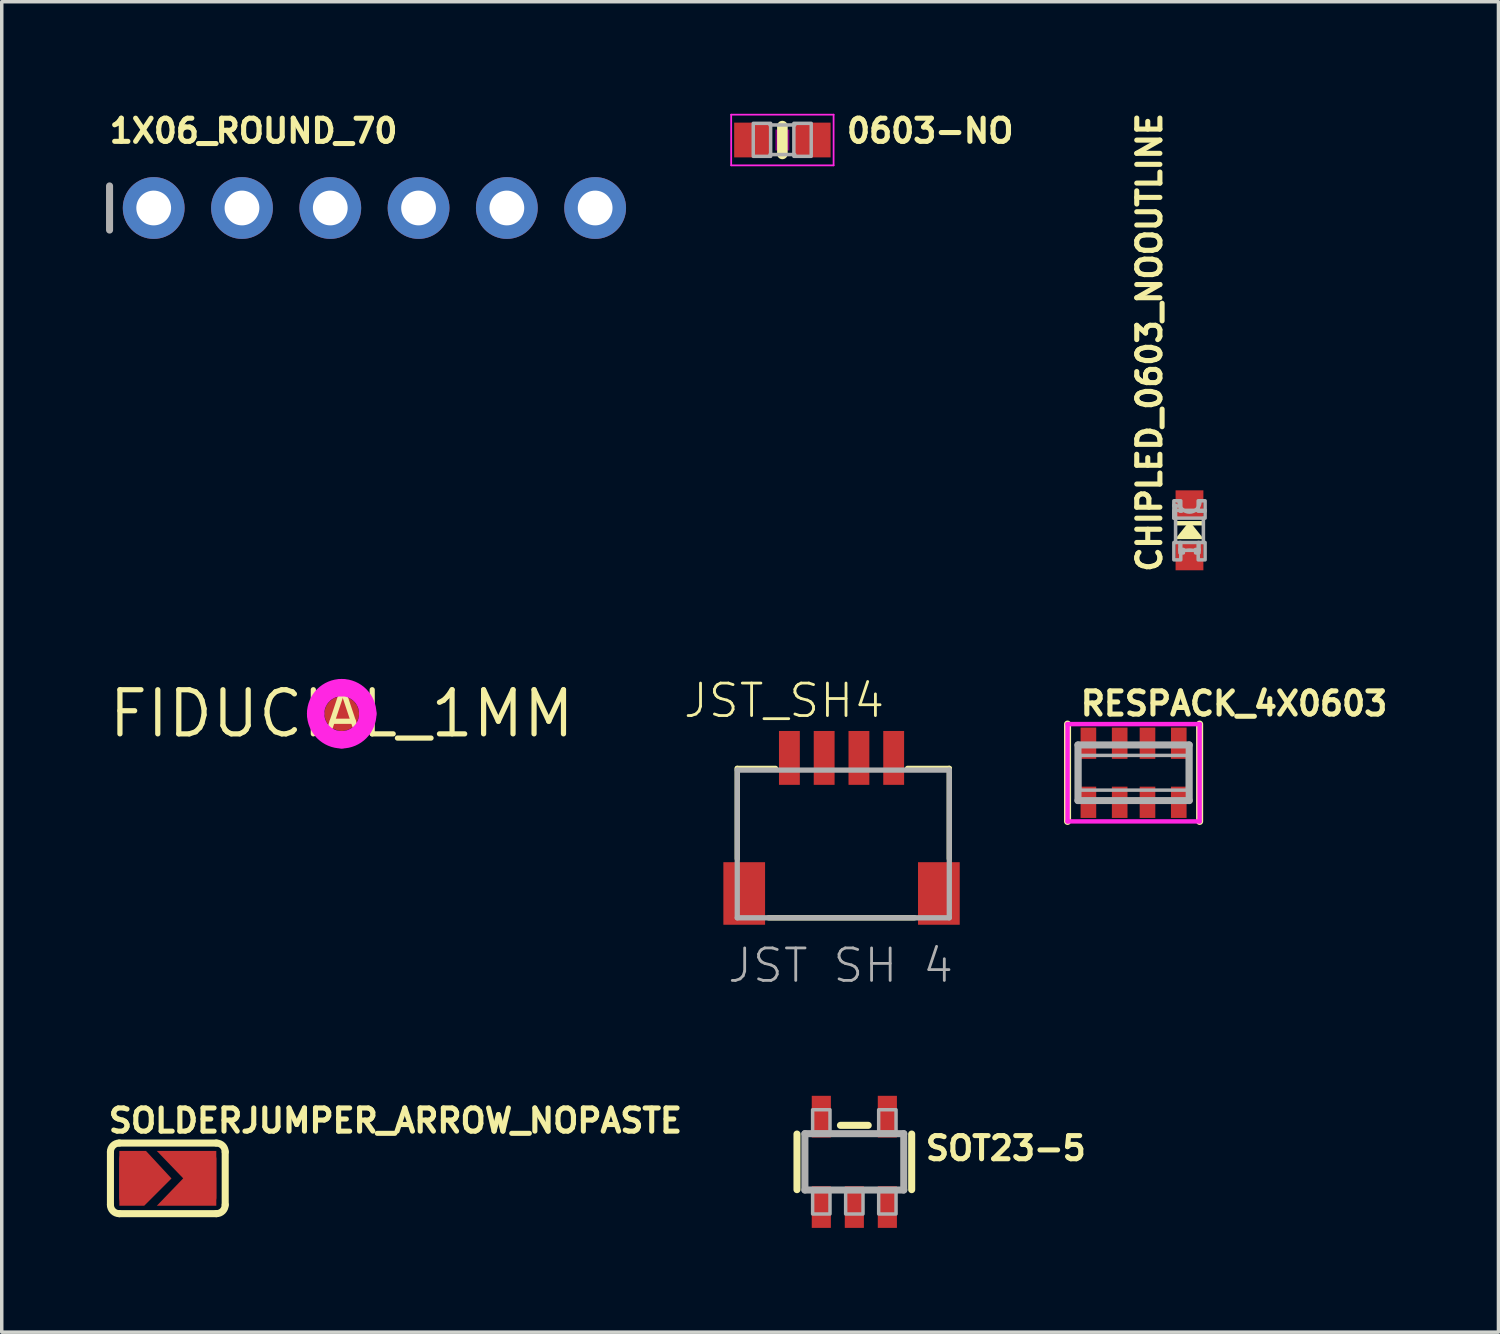
<source format=kicad_pcb>
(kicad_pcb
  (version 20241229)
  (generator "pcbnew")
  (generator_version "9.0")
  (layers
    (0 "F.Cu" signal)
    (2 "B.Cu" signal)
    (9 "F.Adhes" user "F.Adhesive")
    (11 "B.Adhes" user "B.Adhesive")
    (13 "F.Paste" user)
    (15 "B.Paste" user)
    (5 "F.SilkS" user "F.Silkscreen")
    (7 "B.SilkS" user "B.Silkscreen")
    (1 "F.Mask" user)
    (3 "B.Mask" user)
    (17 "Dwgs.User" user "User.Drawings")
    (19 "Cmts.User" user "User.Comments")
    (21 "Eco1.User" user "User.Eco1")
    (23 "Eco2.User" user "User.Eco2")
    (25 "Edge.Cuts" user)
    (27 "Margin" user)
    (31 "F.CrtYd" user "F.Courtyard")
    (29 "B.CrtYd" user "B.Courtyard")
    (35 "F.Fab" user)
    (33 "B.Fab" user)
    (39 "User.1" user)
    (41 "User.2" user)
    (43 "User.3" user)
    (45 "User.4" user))
  (footprint "FIDUCIAL_1MM"
    (layer "F.Cu")
    (at 6.781 17.483)
    (property "Reference" "FIDUCIAL_1MM" (at 0 0 0) (layer "F.SilkS") (effects (font (size 1.27 1.27) (thickness 0.15))))
    (fp_arc (start -0.75 0) (mid -0.53033 -0.53033) (end 0 -0.75) (stroke (width 0.5) (type solid)) (layer "F.Mask"))
    (fp_arc (start 0 -0.75) (mid 0.53033 -0.53033) (end 0.75 0) (stroke (width 0.5) (type solid)) (layer "F.Mask"))
    (fp_arc (start 0 0.75) (mid -0.53033 0.53033) (end -0.75 0) (stroke (width 0.5) (type solid)) (layer "F.Mask"))
    (fp_arc (start 0.75 0) (mid 0.53033 0.53033) (end 0 0.75) (stroke (width 0.5) (type solid)) (layer "F.Mask"))
    (fp_arc (start -0.75 0) (mid -0.53033 -0.53033) (end 0 -0.75) (stroke (width 0.5) (type solid)) (layer "F.CrtYd"))
    (fp_arc (start 0 -0.75) (mid 0.53033 -0.53033) (end 0.75 0) (stroke (width 0.5) (type solid)) (layer "F.CrtYd"))
    (fp_arc (start 0 0.75) (mid -0.53033 0.53033) (end -0.75 0) (stroke (width 0.5) (type solid)) (layer "F.CrtYd"))
    (fp_arc (start 0.75 0) (mid 0.53033 0.53033) (end 0 0.75) (stroke (width 0.5) (type solid)) (layer "F.CrtYd"))
    (pad "1" smd roundrect (at 0 0) (size 1 1) (layers "F.Cu" "F.Mask") (roundrect_rratio 0.5)))
  (footprint "SOT23-5"
    (layer "F.Cu")
    (at 21.529 30.376)
    (property "Reference" "SOT23-5" (at 1.978 0 0) (layer "F.SilkS") (effects (font (size 0.666 0.666) (thickness 0.146)) (justify left bottom)))
    (fp_line (start -1.65 -0.8) (end -1.65 0.8) (stroke (width 0.203) (type solid)) (layer "F.SilkS"))
    (fp_line (start -0.4 -1.05) (end 0.4 -1.05) (stroke (width 0.203) (type solid)) (layer "F.SilkS"))
    (fp_line (start 1.65 -0.8) (end 1.65 0.8) (stroke (width 0.203) (type solid)) (layer "F.SilkS"))
    (fp_line (start -1.422 -0.81) (end 1.422 -0.81) (stroke (width 0.203) (type solid)) (layer "F.Fab"))
    (fp_line (start -1.422 0.81) (end -1.422 -0.81) (stroke (width 0.203) (type solid)) (layer "F.Fab"))
    (fp_line (start 1.422 -0.81) (end 1.422 0.81) (stroke (width 0.203) (type solid)) (layer "F.Fab"))
    (fp_line (start 1.422 0.81) (end -1.422 0.81) (stroke (width 0.203) (type solid)) (layer "F.Fab"))
    (fp_poly (pts (xy -1.2 -0.85) (xy -0.7 -0.85) (xy -0.7 -1.5) (xy -1.2 -1.5)) (stroke (width 0.1) (type solid)) (fill no) (layer "F.Fab"))
    (fp_poly (pts (xy -1.2 1.5) (xy -0.7 1.5) (xy -0.7 0.85) (xy -1.2 0.85)) (stroke (width 0.1) (type solid)) (fill no) (layer "F.Fab"))
    (fp_poly (pts (xy -0.25 1.5) (xy 0.25 1.5) (xy 0.25 0.85) (xy -0.25 0.85)) (stroke (width 0.1) (type solid)) (fill no) (layer "F.Fab"))
    (fp_poly (pts (xy 0.7 -0.85) (xy 1.2 -0.85) (xy 1.2 -1.5) (xy 0.7 -1.5)) (stroke (width 0.1) (type solid)) (fill no) (layer "F.Fab"))
    (fp_poly (pts (xy 0.7 1.5) (xy 1.2 1.5) (xy 1.2 0.85) (xy 0.7 0.85)) (stroke (width 0.1) (type solid)) (fill no) (layer "F.Fab"))
    (pad "1" smd rect (at -0.95 1.3) (size 0.55 1.2) (layers "F.Cu" "F.Mask" "F.Paste"))
    (pad "2" smd rect (at 0 1.3) (size 0.55 1.2) (layers "F.Cu" "F.Mask" "F.Paste"))
    (pad "3" smd rect (at 0.95 1.3) (size 0.55 1.2) (layers "F.Cu" "F.Mask" "F.Paste"))
    (pad "4" smd rect (at 0.95 -1.3) (size 0.55 1.2) (layers "F.Cu" "F.Mask" "F.Paste"))
    (pad "5" smd rect (at -0.95 -1.3) (size 0.55 1.2) (layers "F.Cu" "F.Mask" "F.Paste")))
  (footprint "1X06_ROUND_70"
    (layer "F.Cu")
    (at 7.722 2.934)
    (property "Reference" "1X06_ROUND_70" (at -7.696 -1.829 0) (layer "F.SilkS") (effects (font (size 0.666 0.666) (thickness 0.146)) (justify left bottom)))
    (fp_line (start -7.62 -0.635) (end -7.62 0.635) (stroke (width 0.203) (type solid)) (layer "F.Fab"))
    (fp_poly (pts (xy -6.604 0.254) (xy -6.096 0.254) (xy -6.096 -0.254) (xy -6.604 -0.254)) (stroke (width 0.1) (type solid)) (fill no) (layer "F.Fab"))
    (fp_poly (pts (xy -4.064 0.254) (xy -3.556 0.254) (xy -3.556 -0.254) (xy -4.064 -0.254)) (stroke (width 0.1) (type solid)) (fill no) (layer "F.Fab"))
    (fp_poly (pts (xy -1.524 0.254) (xy -1.016 0.254) (xy -1.016 -0.254) (xy -1.524 -0.254)) (stroke (width 0.1) (type solid)) (fill no) (layer "F.Fab"))
    (fp_poly (pts (xy 1.016 0.254) (xy 1.524 0.254) (xy 1.524 -0.254) (xy 1.016 -0.254)) (stroke (width 0.1) (type solid)) (fill no) (layer "F.Fab"))
    (fp_poly (pts (xy 3.556 0.254) (xy 4.064 0.254) (xy 4.064 -0.254) (xy 3.556 -0.254)) (stroke (width 0.1) (type solid)) (fill no) (layer "F.Fab"))
    (fp_poly (pts (xy 6.096 0.254) (xy 6.604 0.254) (xy 6.604 -0.254) (xy 6.096 -0.254)) (stroke (width 0.1) (type solid)) (fill no) (layer "F.Fab"))
    (pad "1" thru_hole circle (at -6.35 0 90) (size 1.778 1.778) (drill 1) (layers "*.Cu" "*.Mask"))
    (pad "2" thru_hole circle (at -3.81 0 90) (size 1.778 1.778) (drill 1) (layers "*.Cu" "*.Mask"))
    (pad "3" thru_hole circle (at -1.27 0 90) (size 1.778 1.778) (drill 1) (layers "*.Cu" "*.Mask"))
    (pad "4" thru_hole circle (at 1.27 0 90) (size 1.778 1.778) (drill 1) (layers "*.Cu" "*.Mask"))
    (pad "5" thru_hole circle (at 3.81 0 90) (size 1.778 1.778) (drill 1) (layers "*.Cu" "*.Mask"))
    (pad "6" thru_hole circle (at 6.35 0 90) (size 1.778 1.778) (drill 1) (layers "*.Cu" "*.Mask")))
  (footprint "0603-NO"
    (layer "F.Cu")
    (at 19.459 0.978)
    (property "Reference" "0603-NO" (at 1.778 0.127 0) (layer "F.SilkS") (effects (font (size 0.666 0.666) (thickness 0.146)) (justify left bottom)))
    (fp_line (start 0 -0.4) (end 0 0.4) (stroke (width 0.305) (type solid)) (layer "F.SilkS"))
    (fp_poly (pts (xy -0.2 0.3) (xy 0.2 0.3) (xy 0.2 -0.3) (xy -0.2 -0.3)) (stroke (width 0) (type solid)) (fill yes) (layer "F.Adhes"))
    (fp_line (start -1.473 -0.729) (end 1.473 -0.729) (stroke (width 0.051) (type solid)) (layer "F.CrtYd"))
    (fp_line (start -1.473 0.729) (end -1.473 -0.729) (stroke (width 0.051) (type solid)) (layer "F.CrtYd"))
    (fp_line (start 1.473 -0.729) (end 1.473 0.729) (stroke (width 0.051) (type solid)) (layer "F.CrtYd"))
    (fp_line (start 1.473 0.729) (end -1.473 0.729) (stroke (width 0.051) (type solid)) (layer "F.CrtYd"))
    (fp_line (start -0.356 -0.432) (end 0.356 -0.432) (stroke (width 0.102) (type solid)) (layer "F.Fab"))
    (fp_line (start -0.356 0.419) (end 0.356 0.419) (stroke (width 0.102) (type solid)) (layer "F.Fab"))
    (fp_poly (pts (xy -0.838 0.47) (xy -0.338 0.47) (xy -0.338 -0.48) (xy -0.838 -0.48)) (stroke (width 0.1) (type solid)) (fill no) (layer "F.Fab"))
    (fp_poly (pts (xy 0.33 0.47) (xy 0.83 0.47) (xy 0.83 -0.48) (xy 0.33 -0.48)) (stroke (width 0.1) (type solid)) (fill no) (layer "F.Fab"))
    (pad "1" smd rect (at -0.85 0) (size 1.075 1) (layers "F.Cu" "F.Mask" "F.Paste"))
    (pad "2" smd rect (at 0.85 0) (size 1.075 1) (layers "F.Cu" "F.Mask" "F.Paste")))
  (footprint "SOLDERJUMPER_ARROW_NOPASTE"
    (layer "F.Cu")
    (at 1.778 30.851)
    (property "Reference" "SOLDERJUMPER_ARROW_NOPASTE" (at -1.778 -1.27 0) (layer "F.SilkS") (effects (font (size 0.666 0.666) (thickness 0.146)) (justify left bottom)))
    (fp_poly (pts (xy 0.106 0.003) (xy -0.679 0.788) (xy -1.395 0.788) (xy -1.395 -0.788) (xy -0.627 -0.788)) (stroke (width 0) (type solid)) (fill yes) (layer "F.Cu"))
    (fp_poly (pts (xy 1.395 0.788) (xy -0.316 0.788) (xy 0.443 0) (xy -0.316 -0.788) (xy 1.395 -0.788)) (stroke (width 0) (type solid)) (fill yes) (layer "F.Cu"))
    (fp_poly (pts (xy -1.46 0.826) (xy 1.46 0.826) (xy 1.46 -0.826) (xy -1.46 -0.826)) (stroke (width 0) (type solid)) (fill yes) (layer "F.Mask"))
    (fp_line (start -1.651 0.762) (end -1.651 -0.762) (stroke (width 0.203) (type solid)) (layer "F.SilkS"))
    (fp_line (start -1.397 -1.016) (end 1.397 -1.016) (stroke (width 0.203) (type solid)) (layer "F.SilkS"))
    (fp_line (start 1.397 1.016) (end -1.397 1.016) (stroke (width 0.203) (type solid)) (layer "F.SilkS"))
    (fp_line (start 1.651 0.762) (end 1.651 -0.762) (stroke (width 0.203) (type solid)) (layer "F.SilkS"))
    (fp_arc (start -1.651 -0.762) (mid -1.576605 -0.941605) (end -1.397 -1.016) (stroke (width 0.2032) (type solid)) (layer "F.SilkS"))
    (fp_arc (start -1.397 1.016) (mid -1.576605 0.941605) (end -1.651 0.762) (stroke (width 0.2032) (type solid)) (layer "F.SilkS"))
    (fp_arc (start 1.397 -1.016) (mid 1.576605 -0.941605) (end 1.651 -0.762) (stroke (width 0.2032) (type solid)) (layer "F.SilkS"))
    (fp_arc (start 1.651 0.762) (mid 1.576605 0.941605) (end 1.397 1.016) (stroke (width 0.2032) (type solid)) (layer "F.SilkS"))
    (pad "1" smd roundrect (at -1.016 0) (size 0.762 1.524) (layers "F.Cu") (roundrect_rratio 0.25))
    (pad "2" smd roundrect (at 1.016 0) (size 0.762 1.524) (layers "F.Cu") (roundrect_rratio 0.25)))
  (footprint "RESPACK_4X0603"
    (layer "F.Cu")
    (at 29.563 19.182)
    (property "Reference" "RESPACK_4X0603" (at -1.6 -1.6 0) (layer "F.SilkS") (effects (font (size 0.666 0.666) (thickness 0.146)) (justify left bottom)))
    (fp_line (start -1.9 1.4) (end -1.9 -1.4) (stroke (width 0.203) (type solid)) (layer "F.SilkS"))
    (fp_line (start 1.9 -1.4) (end 1.9 1.4) (stroke (width 0.203) (type solid)) (layer "F.SilkS"))
    (fp_line (start -1.9 -1.4) (end 1.9 -1.4) (stroke (width 0.127) (type solid)) (layer "F.CrtYd"))
    (fp_line (start -1.9 1.4) (end -1.9 -1.4) (stroke (width 0.127) (type solid)) (layer "F.CrtYd"))
    (fp_line (start -1.9 1.4) (end 1.9 1.4) (stroke (width 0.127) (type solid)) (layer "F.CrtYd"))
    (fp_line (start 1.9 -1.4) (end 1.9 1.4) (stroke (width 0.127) (type solid)) (layer "F.CrtYd"))
    (fp_line (start -1.6 -0.8) (end 1.6 -0.8) (stroke (width 0.203) (type solid)) (layer "F.Fab"))
    (fp_line (start -1.6 0.8) (end -1.6 -0.8) (stroke (width 0.203) (type solid)) (layer "F.Fab"))
    (fp_line (start 1.6 -0.8) (end 1.6 0.8) (stroke (width 0.203) (type solid)) (layer "F.Fab"))
    (fp_line (start 1.6 0.8) (end -1.6 0.8) (stroke (width 0.203) (type solid)) (layer "F.Fab"))
    (fp_poly (pts (xy -1.55 0.5) (xy 1.55 0.5) (xy 1.55 -0.5) (xy -1.55 -0.5)) (stroke (width 0.1) (type solid)) (fill no) (layer "F.Fab"))
    (pad "1" smd rect (at -1.3 0.85) (size 0.45 0.9) (layers "F.Cu" "F.Mask" "F.Paste"))
    (pad "2" smd rect (at -0.4 0.85) (size 0.45 0.9) (layers "F.Cu" "F.Mask" "F.Paste"))
    (pad "3" smd rect (at 0.4 0.85) (size 0.45 0.9) (layers "F.Cu" "F.Mask" "F.Paste"))
    (pad "4" smd rect (at 1.3 0.85) (size 0.45 0.9) (layers "F.Cu" "F.Mask" "F.Paste"))
    (pad "5" smd rect (at 1.3 -0.85) (size 0.45 0.9) (layers "F.Cu" "F.Mask" "F.Paste"))
    (pad "6" smd rect (at 0.4 -0.85) (size 0.45 0.9) (layers "F.Cu" "F.Mask" "F.Paste"))
    (pad "7" smd rect (at -0.4 -0.85) (size 0.45 0.9) (layers "F.Cu" "F.Mask" "F.Paste"))
    (pad "8" smd rect (at -1.3 -0.85) (size 0.45 0.9) (layers "F.Cu" "F.Mask" "F.Paste")))
  (footprint "CHIPLED_0603_NOOUTLINE"
    (layer "F.Cu")
    (at 31.171 12.207)
    (property "Reference" "CHIPLED_0603_NOOUTLINE" (at -0.762 1.27 90) (layer "F.SilkS") (effects (font (size 0.666 0.666) (thickness 0.146)) (justify left bottom)))
    (fp_poly (pts (xy 0.413 0.254) (xy -0.413 0.254) (xy 0 -0.262)) (stroke (width 0) (type solid)) (fill yes) (layer "F.SilkS"))
    (fp_poly (pts (xy -0.381 -0.14) (xy 0.381 -0.14) (xy 0.381 -0.267) (xy -0.381 -0.267)) (stroke (width 0) (type solid)) (fill yes) (layer "F.SilkS"))
    (fp_line (start -0.4 -0.375) (end -0.4 0.35) (stroke (width 0.102) (type solid)) (layer "F.Fab"))
    (fp_line (start 0.4 -0.35) (end 0.4 0.35) (stroke (width 0.102) (type solid)) (layer "F.Fab"))
    (fp_arc (start -0.275 0.825) (mid 0 0.55) (end 0.275 0.825) (stroke (width 0.0508) (type solid)) (layer "F.Fab"))
    (fp_arc (start 0.3 -0.799998) (mid -0.000001 -0.524966) (end -0.3 -0.8) (stroke (width 0.1016) (type solid)) (layer "F.Fab"))
    (fp_circle (center -0.35 -0.625) (end -0.275 -0.625) (stroke (width 0.051) (type solid)) (fill no) (layer "F.Fab"))
    (fp_poly (pts (xy -0.45 -0.7) (xy -0.25 -0.7) (xy -0.25 -0.85) (xy -0.45 -0.85)) (stroke (width 0.1) (type solid)) (fill no) (layer "F.Fab"))
    (fp_poly (pts (xy -0.45 -0.35) (xy -0.4 -0.35) (xy -0.4 -0.725) (xy -0.45 -0.725)) (stroke (width 0.1) (type solid)) (fill no) (layer "F.Fab"))
    (fp_poly (pts (xy -0.45 -0.35) (xy 0.45 -0.35) (xy 0.45 -0.575) (xy -0.45 -0.575)) (stroke (width 0.1) (type solid)) (fill no) (layer "F.Fab"))
    (fp_poly (pts (xy -0.45 0.85) (xy -0.25 0.85) (xy -0.25 0.35) (xy -0.45 0.35)) (stroke (width 0.1) (type solid)) (fill no) (layer "F.Fab"))
    (fp_poly (pts (xy -0.275 -0.55) (xy -0.225 -0.55) (xy -0.225 -0.6) (xy -0.275 -0.6)) (stroke (width 0.1) (type solid)) (fill no) (layer "F.Fab"))
    (fp_poly (pts (xy -0.275 0.575) (xy 0.275 0.575) (xy 0.275 0.35) (xy -0.275 0.35)) (stroke (width 0.1) (type solid)) (fill no) (layer "F.Fab"))
    (fp_poly (pts (xy -0.275 0.65) (xy -0.175 0.65) (xy -0.175 0.55) (xy -0.275 0.55)) (stroke (width 0.1) (type solid)) (fill no) (layer "F.Fab"))
    (fp_poly (pts (xy 0.175 0.65) (xy 0.275 0.65) (xy 0.275 0.55) (xy 0.175 0.55)) (stroke (width 0.1) (type solid)) (fill no) (layer "F.Fab"))
    (fp_poly (pts (xy 0.25 -0.55) (xy 0.45 -0.55) (xy 0.45 -0.85) (xy 0.25 -0.85)) (stroke (width 0.1) (type solid)) (fill no) (layer "F.Fab"))
    (fp_poly (pts (xy 0.25 0.85) (xy 0.45 0.85) (xy 0.45 0.35) (xy 0.25 0.35)) (stroke (width 0.1) (type solid)) (fill no) (layer "F.Fab"))
    (pad "A" smd rect (at 0 0.75) (size 0.8 0.8) (layers "F.Cu" "F.Mask" "F.Paste"))
    (pad "C" smd rect (at 0 -0.75) (size 0.8 0.8) (layers "F.Cu" "F.Mask" "F.Paste")))
  (footprint "JST_SH4"
    (layer "F.Cu")
    (at 21.161 21.269)
    (property "Reference" "JST_SH4" (at -4.6 -3.614 0) (layer "F.SilkS") (effects (font (size 0.935 0.935) (thickness 0.081)) (justify left bottom)))
    (fp_line (start -3 -2.214) (end -1.9 -2.214) (stroke (width 0.152) (type solid)) (layer "F.SilkS"))
    (fp_line (start -3 0.386) (end -3 -2.214) (stroke (width 0.152) (type solid)) (layer "F.SilkS"))
    (fp_line (start -2.1 2.086) (end 2.1 2.086) (stroke (width 0.152) (type solid)) (layer "F.SilkS"))
    (fp_line (start 1.9 -2.214) (end 3.1 -2.214) (stroke (width 0.152) (type solid)) (layer "F.SilkS"))
    (fp_line (start 3.1 -2.214) (end 3.1 0.386) (stroke (width 0.152) (type solid)) (layer "F.SilkS"))
    (fp_line (start -3 -2.164) (end 3.1 -2.164) (stroke (width 0.152) (type solid)) (layer "F.Fab"))
    (fp_line (start -3 2.086) (end -3 -2.164) (stroke (width 0.152) (type solid)) (layer "F.Fab"))
    (fp_line (start 3.1 -2.164) (end 3.1 2.086) (stroke (width 0.152) (type solid)) (layer "F.Fab"))
    (fp_line (start 3.1 2.086) (end -3 2.086) (stroke (width 0.152) (type solid)) (layer "F.Fab"))
    (fp_text user "JST SH 4" (at -3.33 4.006 0) (layer "F.Fab") (effects (font (size 0.935 0.935) (thickness 0.081)) (justify left bottom)))
    (pad "1" smd rect (at -1.5 -2.514 90) (size 1.55 0.6) (layers "F.Cu" "F.Mask" "F.Paste"))
    (pad "2" smd rect (at -0.5 -2.514 90) (size 1.55 0.6) (layers "F.Cu" "F.Mask" "F.Paste"))
    (pad "3" smd rect (at 0.5 -2.514 90) (size 1.55 0.6) (layers "F.Cu" "F.Mask" "F.Paste"))
    (pad "4" smd rect (at 1.5 -2.514 90) (size 1.55 0.6) (layers "F.Cu" "F.Mask" "F.Paste"))
    (pad "MT1" smd rect (at -2.8 1.386 90) (size 1.8 1.2) (layers "F.Cu" "F.Mask" "F.Paste"))
    (pad "MT2" smd rect (at 2.8 1.386 90) (size 1.8 1.2) (layers "F.Cu" "F.Mask" "F.Paste")))
  (gr_rect
    (start -3 -3)
    (end 40.06 35.276)
    (stroke (width 0.1) (type default))
    (fill no)
    (layer "Edge.Cuts")))
</source>
